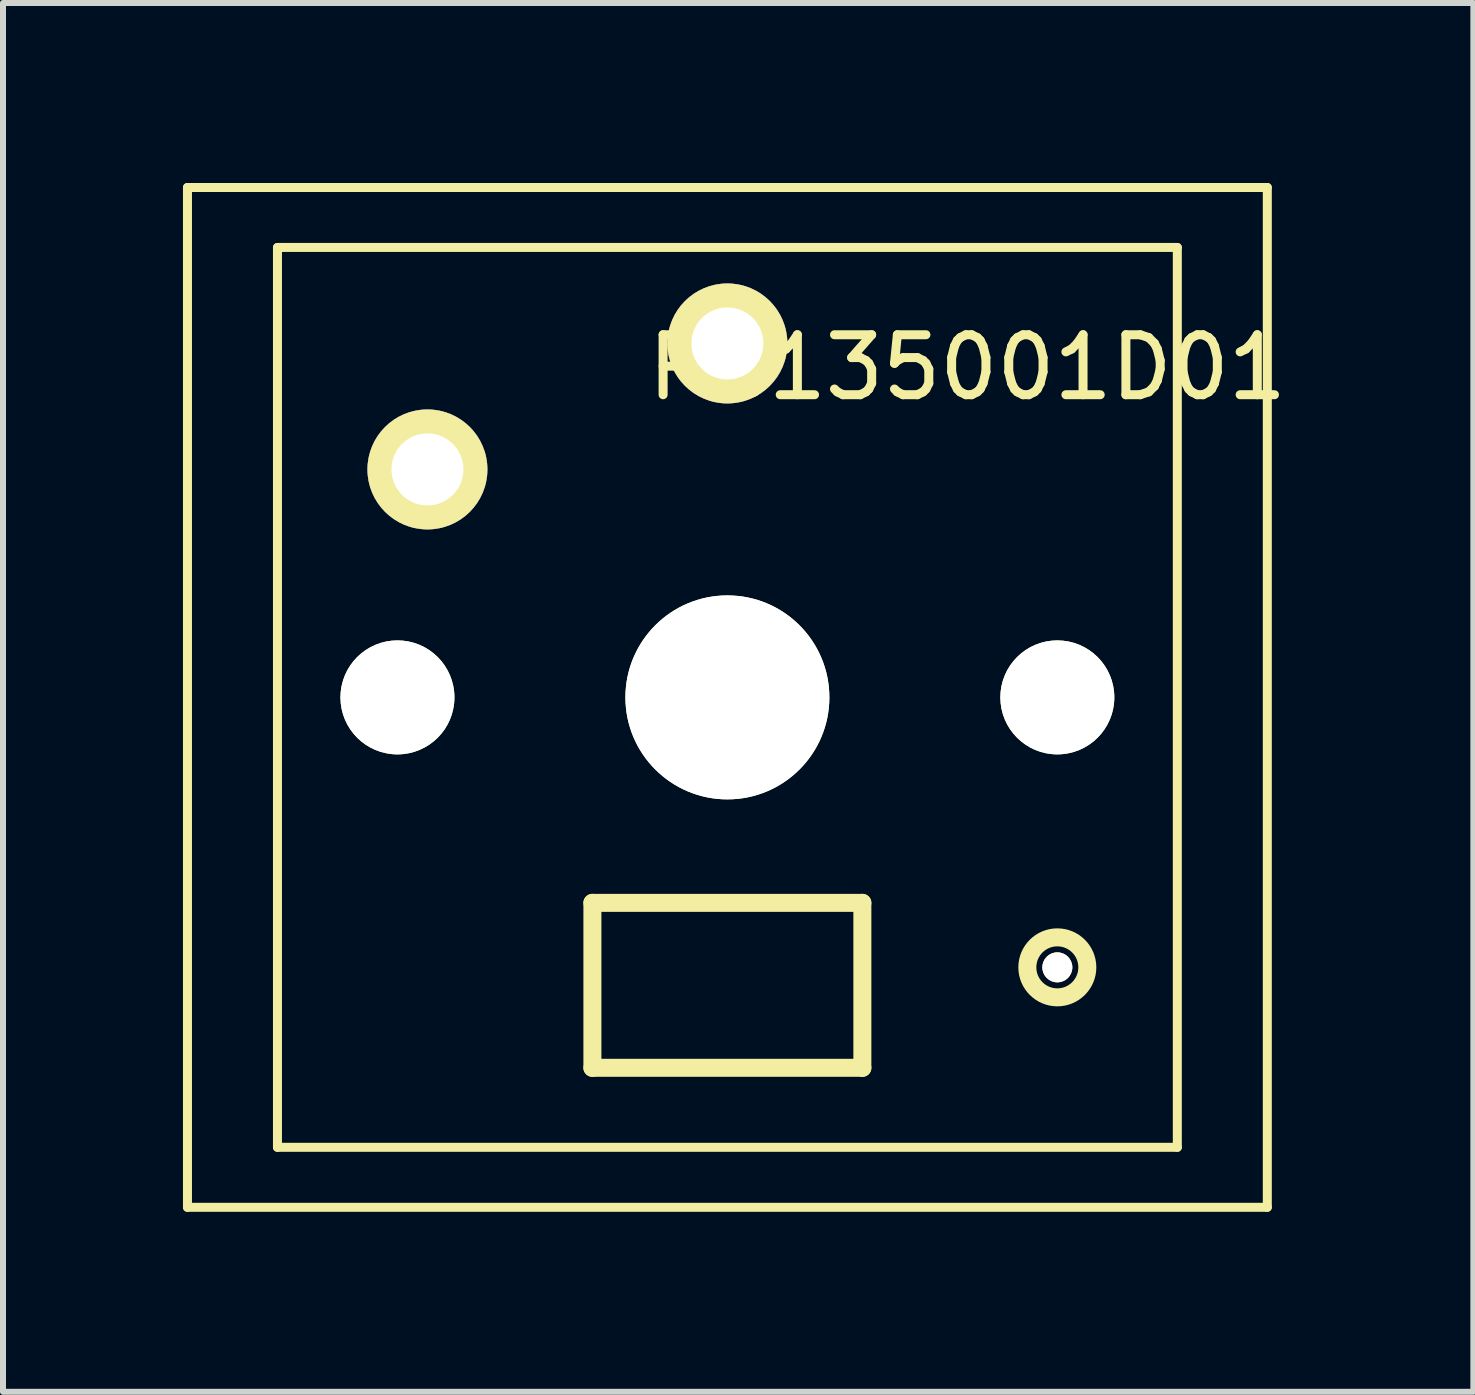
<source format=kicad_pcb>
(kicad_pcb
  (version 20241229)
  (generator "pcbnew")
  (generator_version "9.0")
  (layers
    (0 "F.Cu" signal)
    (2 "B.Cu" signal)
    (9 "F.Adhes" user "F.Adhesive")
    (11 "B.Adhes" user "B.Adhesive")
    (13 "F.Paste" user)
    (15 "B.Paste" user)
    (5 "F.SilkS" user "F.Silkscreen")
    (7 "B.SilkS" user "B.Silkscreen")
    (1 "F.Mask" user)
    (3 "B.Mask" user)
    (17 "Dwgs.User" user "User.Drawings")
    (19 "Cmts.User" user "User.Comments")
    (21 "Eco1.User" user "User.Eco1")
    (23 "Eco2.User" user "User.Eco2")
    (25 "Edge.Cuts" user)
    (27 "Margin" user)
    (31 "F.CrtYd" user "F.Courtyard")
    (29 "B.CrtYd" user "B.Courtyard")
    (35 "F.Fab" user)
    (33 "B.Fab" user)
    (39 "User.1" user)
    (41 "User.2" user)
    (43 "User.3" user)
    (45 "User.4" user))
  (footprint "PG135001D01"
    (layer "F.Cu")
    (at 9.075 8.575)
    (property "Reference" "PG135001D01" (at 4 -5.5 0) (layer "F.SilkS") (effects (font (size 1 1) (thickness 0.15))))
    (attr through_hole)
    (fp_line (start -9 -8.5) (end -9 8.5) (stroke (width 0.15) (type solid)) (layer "F.SilkS"))
    (fp_line (start -9 -8.5) (end 9 -8.5) (stroke (width 0.15) (type solid)) (layer "F.SilkS"))
    (fp_line (start -7.5 -7.5) (end 7.5 -7.5) (stroke (width 0.15) (type solid)) (layer "F.SilkS"))
    (fp_line (start -7.5 7.5) (end -7.5 -7.5) (stroke (width 0.15) (type solid)) (layer "F.SilkS"))
    (fp_line (start -2.25 3.425) (end 2.25 3.425) (stroke (width 0.3) (type solid)) (layer "F.SilkS"))
    (fp_line (start -2.25 6.175) (end -2.25 3.425) (stroke (width 0.3) (type solid)) (layer "F.SilkS"))
    (fp_line (start 2.25 3.425) (end 2.25 6.175) (stroke (width 0.3) (type solid)) (layer "F.SilkS"))
    (fp_line (start 2.25 6.175) (end -2.25 6.175) (stroke (width 0.3) (type solid)) (layer "F.SilkS"))
    (fp_line (start 7.5 -7.5) (end 7.5 7.5) (stroke (width 0.15) (type solid)) (layer "F.SilkS"))
    (fp_line (start 7.5 7.5) (end -7.5 7.5) (stroke (width 0.15) (type solid)) (layer "F.SilkS"))
    (fp_line (start 9 -8.5) (end 9 8.5) (stroke (width 0.15) (type solid)) (layer "F.SilkS"))
    (fp_line (start 9 8.5) (end -9 8.5) (stroke (width 0.15) (type solid)) (layer "F.SilkS"))
    (fp_circle (center 5.5 4.5) (end 5.5 5) (stroke (width 0.3) (type solid)) (fill no) (layer "F.SilkS"))
    (pad "" np_thru_hole circle (at -5.5 0) (size 1.9 1.9) (drill 1.9) (layers "*.Cu" "*.Mask" "F.SilkS"))
    (pad "" np_thru_hole circle (at 0 0) (size 3.4 3.4) (drill 3.4) (layers "*.Cu" "*.Mask" "F.SilkS"))
    (pad "" np_thru_hole circle (at 5.5 0) (size 1.9 1.9) (drill 1.9) (layers "*.Cu" "*.Mask" "F.SilkS"))
    (pad "" np_thru_hole circle (at 5.5 4.5) (size 0.5 0.5) (drill 0.5) (layers "*.Cu" "*.Mask" "F.SilkS"))
    (pad "1" thru_hole circle (at 0 -5.9) (size 2 2) (drill 1.2) (layers "*.Cu" "*.Mask" "F.SilkS"))
    (pad "2" thru_hole circle (at -5 -3.8) (size 2 2) (drill 1.2) (layers "*.Cu" "*.Mask" "F.SilkS")))
  (gr_rect
    (start -3 -3)
    (end 21.51 20.15)
    (stroke (width 0.1) (type default))
    (fill no)
    (layer "Edge.Cuts")))
</source>
